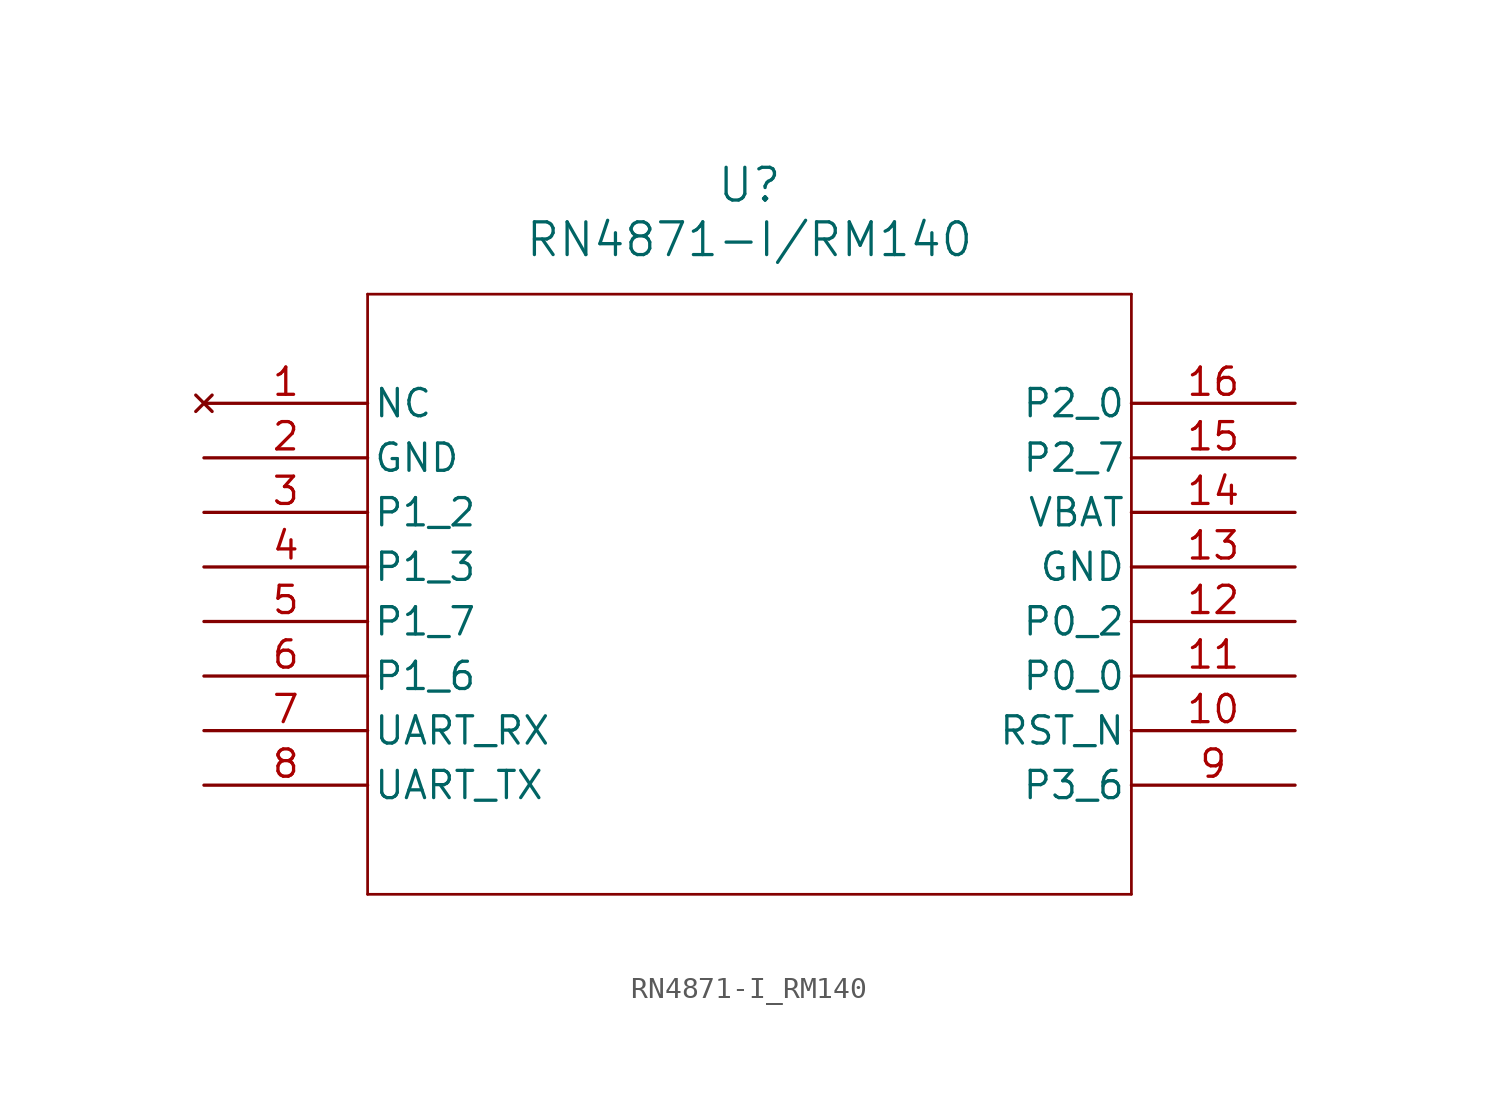
<source format=kicad_sym>
(kicad_symbol_lib
  (version 20211014)
  (generator kicad_symbol_editor)
  (symbol "RN4871-I_RM140"
    (pin_names
      (offset 0.254))
    (property "Reference" "U"
      (at 25.4 10.16 0)
      (effects (font (size 1.524 1.524))))
    (property "Value" "RN4871-I/RM140"
      (at 25.4 7.62 0)
      (effects (font (size 1.524 1.524))))
    (symbol "RN4871-I_RM140_0_1"
      (polyline (pts (xy 7.62 5.08) (xy 7.62 -22.86)) (stroke (width 0.127) (type default) (color 0 0 0 0)) (fill (type none)))
      (polyline (pts (xy 7.62 -22.86) (xy 43.18 -22.86)) (stroke (width 0.127) (type default) (color 0 0 0 0)) (fill (type none)))
      (polyline (pts (xy 43.18 -22.86) (xy 43.18 5.08)) (stroke (width 0.127) (type default) (color 0 0 0 0)) (fill (type none)))
      (polyline (pts (xy 43.18 5.08) (xy 7.62 5.08)) (stroke (width 0.127) (type default) (color 0 0 0 0)) (fill (type none)))
      (pin no_connect line (at 0 0 0) (length 7.62) (name "NC" (effects (font (size 1.27 1.27)))) (number "1" (effects (font (size 1.27 1.27)))))
      (pin power_out line (at 0 -2.54 0) (length 7.62) (name "GND" (effects (font (size 1.27 1.27)))) (number "2" (effects (font (size 1.27 1.27)))))
      (pin bidirectional line (at 0 -5.08 0) (length 7.62) (name "P1_2" (effects (font (size 1.27 1.27)))) (number "3" (effects (font (size 1.27 1.27)))))
      (pin bidirectional line (at 0 -7.62 0) (length 7.62) (name "P1_3" (effects (font (size 1.27 1.27)))) (number "4" (effects (font (size 1.27 1.27)))))
      (pin bidirectional line (at 0 -10.16 0) (length 7.62) (name "P1_7" (effects (font (size 1.27 1.27)))) (number "5" (effects (font (size 1.27 1.27)))))
      (pin bidirectional line (at 0 -12.7 0) (length 7.62) (name "P1_6" (effects (font (size 1.27 1.27)))) (number "6" (effects (font (size 1.27 1.27)))))
      (pin input line (at 0 -15.24 0) (length 7.62) (name "UART_RX" (effects (font (size 1.27 1.27)))) (number "7" (effects (font (size 1.27 1.27)))))
      (pin output line (at 0 -17.78 0) (length 7.62) (name "UART_TX" (effects (font (size 1.27 1.27)))) (number "8" (effects (font (size 1.27 1.27)))))
      (pin bidirectional line (at 50.8 -17.78 180) (length 7.62) (name "P3_6" (effects (font (size 1.27 1.27)))) (number "9" (effects (font (size 1.27 1.27)))))
      (pin input line (at 50.8 -15.24 180) (length 7.62) (name "RST_N" (effects (font (size 1.27 1.27)))) (number "10" (effects (font (size 1.27 1.27)))))
      (pin bidirectional line (at 50.8 -12.7 180) (length 7.62) (name "P0_0" (effects (font (size 1.27 1.27)))) (number "11" (effects (font (size 1.27 1.27)))))
      (pin bidirectional line (at 50.8 -10.16 180) (length 7.62) (name "P0_2" (effects (font (size 1.27 1.27)))) (number "12" (effects (font (size 1.27 1.27)))))
      (pin power_out line (at 50.8 -7.62 180) (length 7.62) (name "GND" (effects (font (size 1.27 1.27)))) (number "13" (effects (font (size 1.27 1.27)))))
      (pin power_in line (at 50.8 -5.08 180) (length 7.62) (name "VBAT" (effects (font (size 1.27 1.27)))) (number "14" (effects (font (size 1.27 1.27)))))
      (pin output line (at 50.8 -2.54 180) (length 7.62) (name "P2_7" (effects (font (size 1.27 1.27)))) (number "15" (effects (font (size 1.27 1.27)))))
      (pin input line (at 50.8 0 180) (length 7.62) (name "P2_0" (effects (font (size 1.27 1.27)))) (number "16" (effects (font (size 1.27 1.27))))))))
</source>
